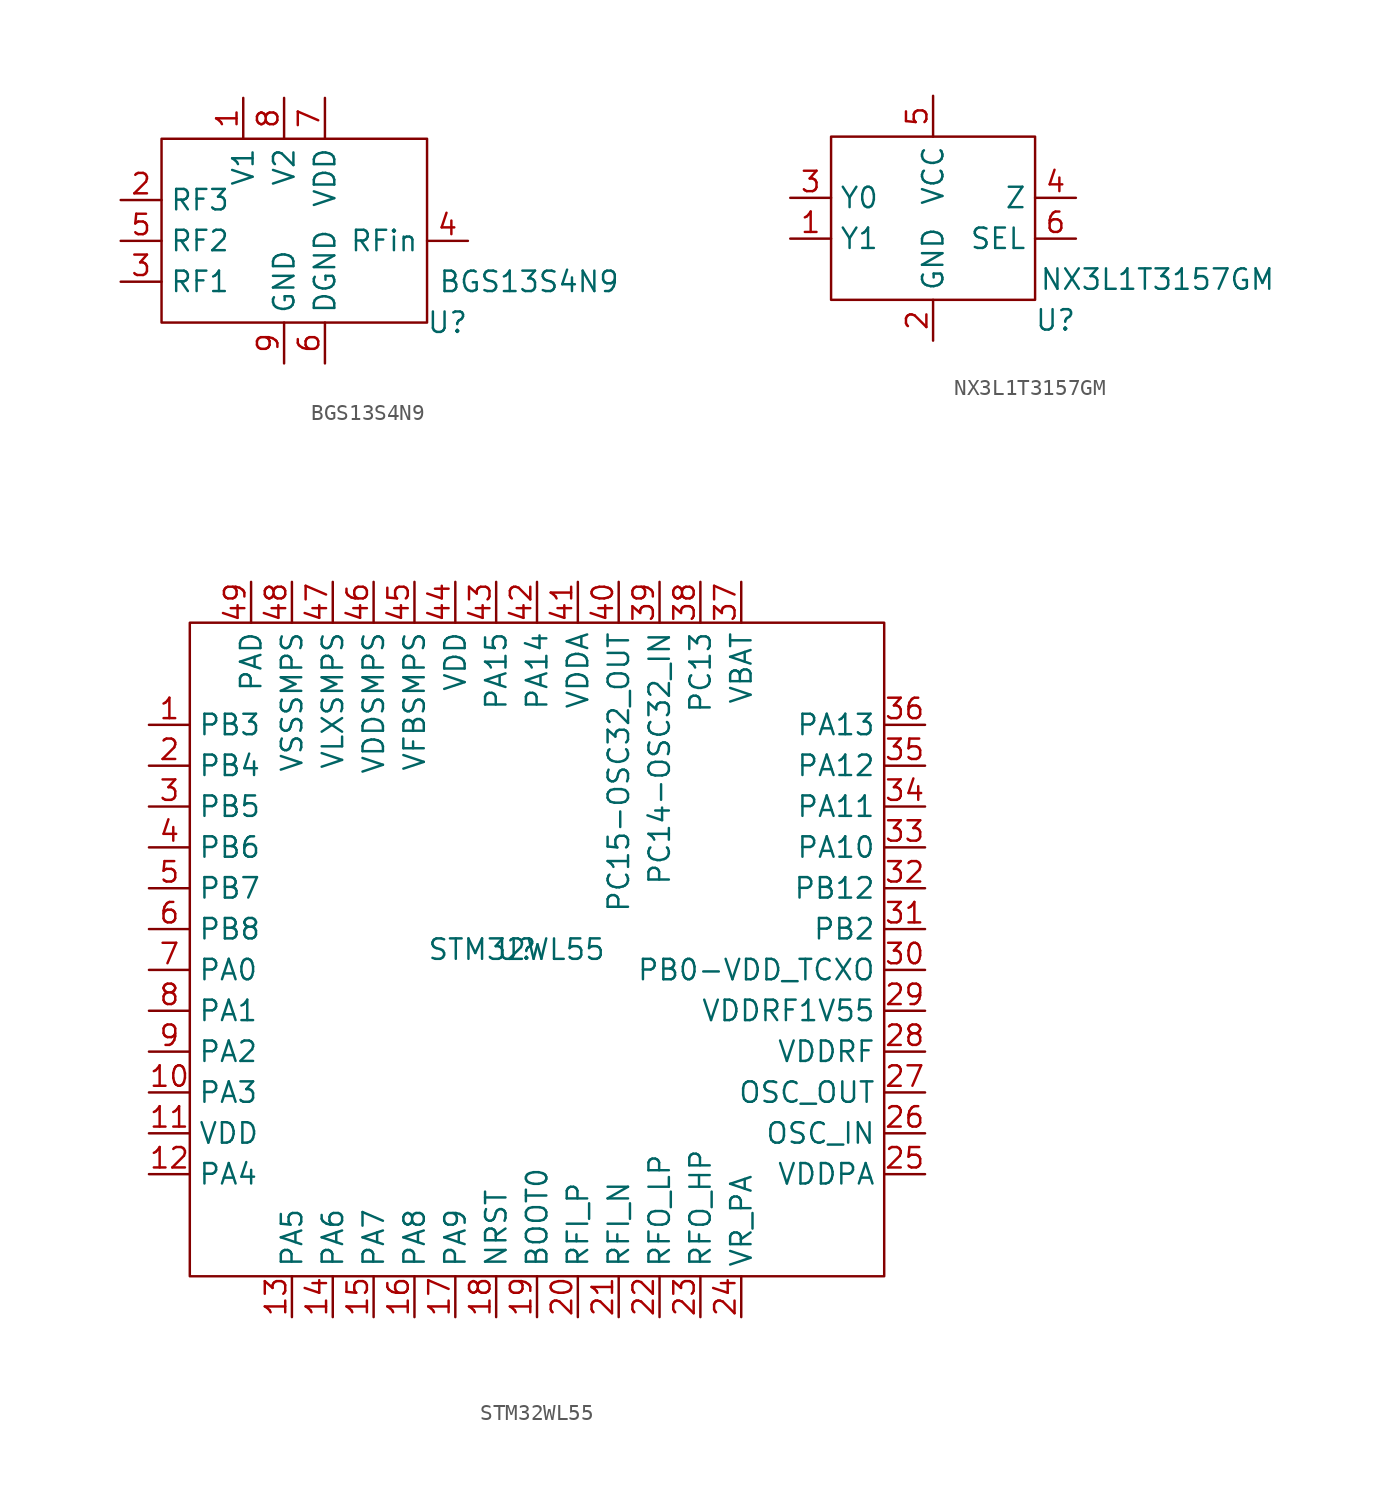
<source format=kicad_sym>
(kicad_symbol_lib
  (version 20211014)
  (generator kicad_symbol_editor)
  (symbol "BGS13S4N9"
    (property "Reference" "U"
      (at 10.16 -5.08 0)
      (effects (font (size 1.27 1.27))))
    (property "Value" "BGS13S4N9"
      (at 15.24 -2.54 0)
      (effects (font (size 1.27 1.27))))
    (symbol "BGS13S4N9_0_1"
      (rectangle (start -7.62 6.35) (end 8.89 -5.08) (stroke (width 0) (type default) (color 0 0 0 0)) (fill (type none))))
    (symbol "BGS13S4N9_1_1"
      (pin unspecified line (at -2.54 8.89 270) (length 2.54) (name "V1" (effects (font (size 1.27 1.27)))) (number "1" (effects (font (size 1.27 1.27)))))
      (pin unspecified line (at -10.16 2.54 0) (length 2.54) (name "RF3" (effects (font (size 1.27 1.27)))) (number "2" (effects (font (size 1.27 1.27)))))
      (pin unspecified line (at -10.16 -2.54 0) (length 2.54) (name "RF1" (effects (font (size 1.27 1.27)))) (number "3" (effects (font (size 1.27 1.27)))))
      (pin unspecified line (at 11.43 0 180) (length 2.54) (name "RFin" (effects (font (size 1.27 1.27)))) (number "4" (effects (font (size 1.27 1.27)))))
      (pin unspecified line (at -10.16 0 0) (length 2.54) (name "RF2" (effects (font (size 1.27 1.27)))) (number "5" (effects (font (size 1.27 1.27)))))
      (pin unspecified line (at 2.54 -7.62 90) (length 2.54) (name "DGND" (effects (font (size 1.27 1.27)))) (number "6" (effects (font (size 1.27 1.27)))))
      (pin unspecified line (at 2.54 8.89 270) (length 2.54) (name "VDD" (effects (font (size 1.27 1.27)))) (number "7" (effects (font (size 1.27 1.27)))))
      (pin unspecified line (at 0 8.89 270) (length 2.54) (name "V2" (effects (font (size 1.27 1.27)))) (number "8" (effects (font (size 1.27 1.27)))))
      (pin unspecified line (at 0 -7.62 90) (length 2.54) (name "GND" (effects (font (size 1.27 1.27)))) (number "9" (effects (font (size 1.27 1.27)))))))
  (symbol "NX3L1T3157GM"
    (property "Reference" "U"
      (at 7.62 -6.35 0)
      (effects (font (size 1.27 1.27))))
    (property "Value" "NX3L1T3157GM"
      (at 13.97 -3.81 0)
      (effects (font (size 1.27 1.27))))
    (symbol "NX3L1T3157GM_0_1"
      (rectangle (start -6.35 5.08) (end 6.35 -5.08) (stroke (width 0) (type default) (color 0 0 0 0)) (fill (type none))))
    (symbol "NX3L1T3157GM_1_1"
      (pin unspecified line (at -8.89 -1.27 0) (length 2.54) (name "Y1" (effects (font (size 1.27 1.27)))) (number "1" (effects (font (size 1.27 1.27)))))
      (pin unspecified line (at 0 -7.62 90) (length 2.54) (name "GND" (effects (font (size 1.27 1.27)))) (number "2" (effects (font (size 1.27 1.27)))))
      (pin unspecified line (at -8.89 1.27 0) (length 2.54) (name "Y0" (effects (font (size 1.27 1.27)))) (number "3" (effects (font (size 1.27 1.27)))))
      (pin unspecified line (at 8.89 1.27 180) (length 2.54) (name "Z" (effects (font (size 1.27 1.27)))) (number "4" (effects (font (size 1.27 1.27)))))
      (pin unspecified line (at 0 7.62 270) (length 2.54) (name "VCC" (effects (font (size 1.27 1.27)))) (number "5" (effects (font (size 1.27 1.27)))))
      (pin unspecified line (at 8.89 -1.27 180) (length 2.54) (name "SEL" (effects (font (size 1.27 1.27)))) (number "6" (effects (font (size 1.27 1.27)))))))
  (symbol "STM32WL55"
    (property "Reference" "U"
      (at 0 0 0)
      (effects (font (size 1.27 1.27))))
    (property "Value" "STM32WL55"
      (at 0 0 0)
      (effects (font (size 1.27 1.27))))
    (symbol "STM32WL55_0_1"
      (rectangle (start -20.32 20.32) (end 22.86 -20.32) (stroke (width 0) (type default) (color 0 0 0 0)) (fill (type none))))
    (symbol "STM32WL55_1_1"
      (pin unspecified line (at -22.86 13.97 0) (length 2.54) (name "PB3" (effects (font (size 1.27 1.27)))) (number "1" (effects (font (size 1.27 1.27)))))
      (pin unspecified line (at -22.86 -8.89 0) (length 2.54) (name "PA3" (effects (font (size 1.27 1.27)))) (number "10" (effects (font (size 1.27 1.27)))))
      (pin unspecified line (at -22.86 -11.43 0) (length 2.54) (name "VDD" (effects (font (size 1.27 1.27)))) (number "11" (effects (font (size 1.27 1.27)))))
      (pin unspecified line (at -22.86 -13.97 0) (length 2.54) (name "PA4" (effects (font (size 1.27 1.27)))) (number "12" (effects (font (size 1.27 1.27)))))
      (pin unspecified line (at -13.97 -22.86 90) (length 2.54) (name "PA5" (effects (font (size 1.27 1.27)))) (number "13" (effects (font (size 1.27 1.27)))))
      (pin unspecified line (at -11.43 -22.86 90) (length 2.54) (name "PA6" (effects (font (size 1.27 1.27)))) (number "14" (effects (font (size 1.27 1.27)))))
      (pin unspecified line (at -8.89 -22.86 90) (length 2.54) (name "PA7" (effects (font (size 1.27 1.27)))) (number "15" (effects (font (size 1.27 1.27)))))
      (pin unspecified line (at -6.35 -22.86 90) (length 2.54) (name "PA8" (effects (font (size 1.27 1.27)))) (number "16" (effects (font (size 1.27 1.27)))))
      (pin unspecified line (at -3.81 -22.86 90) (length 2.54) (name "PA9" (effects (font (size 1.27 1.27)))) (number "17" (effects (font (size 1.27 1.27)))))
      (pin unspecified line (at -1.27 -22.86 90) (length 2.54) (name "NRST" (effects (font (size 1.27 1.27)))) (number "18" (effects (font (size 1.27 1.27)))))
      (pin unspecified line (at 1.27 -22.86 90) (length 2.54) (name "BOOT0" (effects (font (size 1.27 1.27)))) (number "19" (effects (font (size 1.27 1.27)))))
      (pin unspecified line (at -22.86 11.43 0) (length 2.54) (name "PB4" (effects (font (size 1.27 1.27)))) (number "2" (effects (font (size 1.27 1.27)))))
      (pin unspecified line (at 3.81 -22.86 90) (length 2.54) (name "RFI_P" (effects (font (size 1.27 1.27)))) (number "20" (effects (font (size 1.27 1.27)))))
      (pin unspecified line (at 6.35 -22.86 90) (length 2.54) (name "RFI_N" (effects (font (size 1.27 1.27)))) (number "21" (effects (font (size 1.27 1.27)))))
      (pin unspecified line (at 8.89 -22.86 90) (length 2.54) (name "RFO_LP" (effects (font (size 1.27 1.27)))) (number "22" (effects (font (size 1.27 1.27)))))
      (pin unspecified line (at 11.43 -22.86 90) (length 2.54) (name "RFO_HP" (effects (font (size 1.27 1.27)))) (number "23" (effects (font (size 1.27 1.27)))))
      (pin unspecified line (at 13.97 -22.86 90) (length 2.54) (name "VR_PA" (effects (font (size 1.27 1.27)))) (number "24" (effects (font (size 1.27 1.27)))))
      (pin unspecified line (at 25.4 -13.97 180) (length 2.54) (name "VDDPA" (effects (font (size 1.27 1.27)))) (number "25" (effects (font (size 1.27 1.27)))))
      (pin unspecified line (at 25.4 -11.43 180) (length 2.54) (name "OSC_IN" (effects (font (size 1.27 1.27)))) (number "26" (effects (font (size 1.27 1.27)))))
      (pin unspecified line (at 25.4 -8.89 180) (length 2.54) (name "OSC_OUT" (effects (font (size 1.27 1.27)))) (number "27" (effects (font (size 1.27 1.27)))))
      (pin unspecified line (at 25.4 -6.35 180) (length 2.54) (name "VDDRF" (effects (font (size 1.27 1.27)))) (number "28" (effects (font (size 1.27 1.27)))))
      (pin unspecified line (at 25.4 -3.81 180) (length 2.54) (name "VDDRF1V55" (effects (font (size 1.27 1.27)))) (number "29" (effects (font (size 1.27 1.27)))))
      (pin unspecified line (at -22.86 8.89 0) (length 2.54) (name "PB5" (effects (font (size 1.27 1.27)))) (number "3" (effects (font (size 1.27 1.27)))))
      (pin unspecified line (at 25.4 -1.27 180) (length 2.54) (name "PB0-VDD_TCXO" (effects (font (size 1.27 1.27)))) (number "30" (effects (font (size 1.27 1.27)))))
      (pin unspecified line (at 25.4 1.27 180) (length 2.54) (name "PB2" (effects (font (size 1.27 1.27)))) (number "31" (effects (font (size 1.27 1.27)))))
      (pin unspecified line (at 25.4 3.81 180) (length 2.54) (name "PB12" (effects (font (size 1.27 1.27)))) (number "32" (effects (font (size 1.27 1.27)))))
      (pin unspecified line (at 25.4 6.35 180) (length 2.54) (name "PA10" (effects (font (size 1.27 1.27)))) (number "33" (effects (font (size 1.27 1.27)))))
      (pin unspecified line (at 25.4 8.89 180) (length 2.54) (name "PA11" (effects (font (size 1.27 1.27)))) (number "34" (effects (font (size 1.27 1.27)))))
      (pin unspecified line (at 25.4 11.43 180) (length 2.54) (name "PA12" (effects (font (size 1.27 1.27)))) (number "35" (effects (font (size 1.27 1.27)))))
      (pin unspecified line (at 25.4 13.97 180) (length 2.54) (name "PA13" (effects (font (size 1.27 1.27)))) (number "36" (effects (font (size 1.27 1.27)))))
      (pin unspecified line (at 13.97 22.86 270) (length 2.54) (name "VBAT" (effects (font (size 1.27 1.27)))) (number "37" (effects (font (size 1.27 1.27)))))
      (pin unspecified line (at 11.43 22.86 270) (length 2.54) (name "PC13" (effects (font (size 1.27 1.27)))) (number "38" (effects (font (size 1.27 1.27)))))
      (pin unspecified line (at 8.89 22.86 270) (length 2.54) (name "PC14-OSC32_IN" (effects (font (size 1.27 1.27)))) (number "39" (effects (font (size 1.27 1.27)))))
      (pin unspecified line (at -22.86 6.35 0) (length 2.54) (name "PB6" (effects (font (size 1.27 1.27)))) (number "4" (effects (font (size 1.27 1.27)))))
      (pin unspecified line (at 6.35 22.86 270) (length 2.54) (name "PC15-OSC32_OUT" (effects (font (size 1.27 1.27)))) (number "40" (effects (font (size 1.27 1.27)))))
      (pin unspecified line (at 3.81 22.86 270) (length 2.54) (name "VDDA" (effects (font (size 1.27 1.27)))) (number "41" (effects (font (size 1.27 1.27)))))
      (pin unspecified line (at 1.27 22.86 270) (length 2.54) (name "PA14" (effects (font (size 1.27 1.27)))) (number "42" (effects (font (size 1.27 1.27)))))
      (pin unspecified line (at -1.27 22.86 270) (length 2.54) (name "PA15" (effects (font (size 1.27 1.27)))) (number "43" (effects (font (size 1.27 1.27)))))
      (pin unspecified line (at -3.81 22.86 270) (length 2.54) (name "VDD" (effects (font (size 1.27 1.27)))) (number "44" (effects (font (size 1.27 1.27)))))
      (pin unspecified line (at -6.35 22.86 270) (length 2.54) (name "VFBSMPS" (effects (font (size 1.27 1.27)))) (number "45" (effects (font (size 1.27 1.27)))))
      (pin unspecified line (at -8.89 22.86 270) (length 2.54) (name "VDDSMPS" (effects (font (size 1.27 1.27)))) (number "46" (effects (font (size 1.27 1.27)))))
      (pin unspecified line (at -11.43 22.86 270) (length 2.54) (name "VLXSMPS" (effects (font (size 1.27 1.27)))) (number "47" (effects (font (size 1.27 1.27)))))
      (pin unspecified line (at -13.97 22.86 270) (length 2.54) (name "VSSSMPS" (effects (font (size 1.27 1.27)))) (number "48" (effects (font (size 1.27 1.27)))))
      (pin unspecified line (at -16.51 22.86 270) (length 2.54) (name "PAD" (effects (font (size 1.27 1.27)))) (number "49" (effects (font (size 1.27 1.27)))))
      (pin unspecified line (at -22.86 3.81 0) (length 2.54) (name "PB7" (effects (font (size 1.27 1.27)))) (number "5" (effects (font (size 1.27 1.27)))))
      (pin unspecified line (at -22.86 1.27 0) (length 2.54) (name "PB8" (effects (font (size 1.27 1.27)))) (number "6" (effects (font (size 1.27 1.27)))))
      (pin unspecified line (at -22.86 -1.27 0) (length 2.54) (name "PA0" (effects (font (size 1.27 1.27)))) (number "7" (effects (font (size 1.27 1.27)))))
      (pin unspecified line (at -22.86 -3.81 0) (length 2.54) (name "PA1" (effects (font (size 1.27 1.27)))) (number "8" (effects (font (size 1.27 1.27)))))
      (pin unspecified line (at -22.86 -6.35 0) (length 2.54) (name "PA2" (effects (font (size 1.27 1.27)))) (number "9" (effects (font (size 1.27 1.27))))))))
</source>
